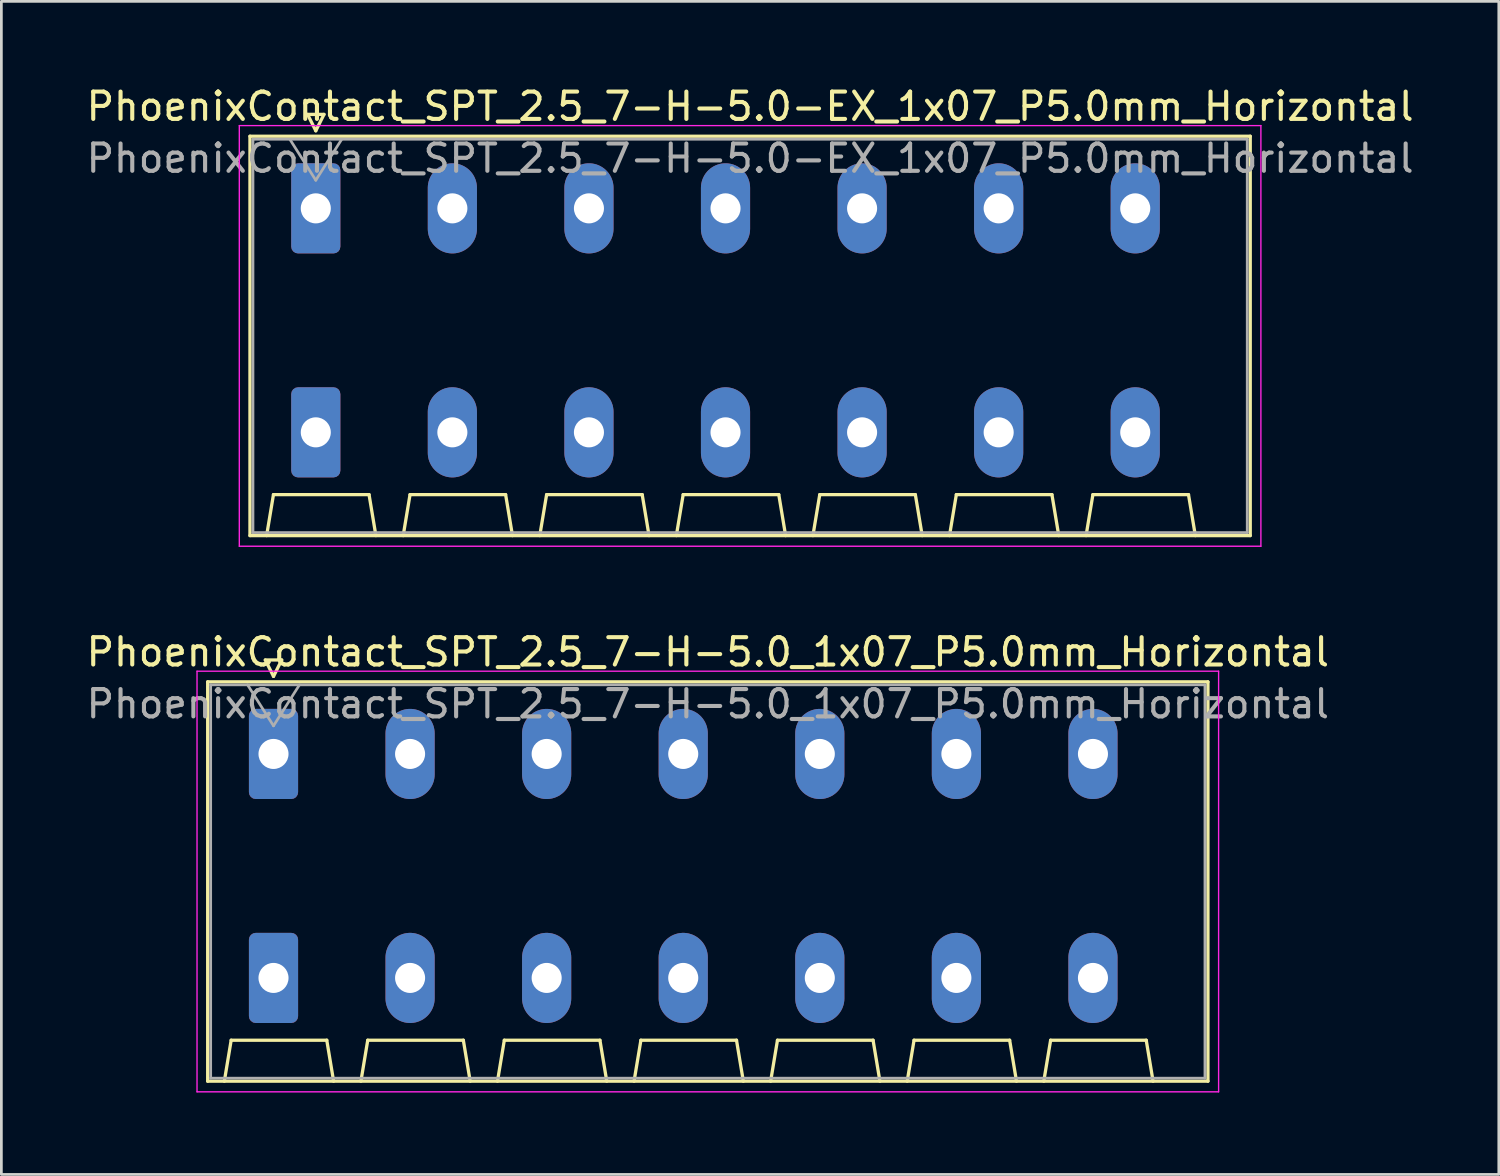
<source format=kicad_pcb>
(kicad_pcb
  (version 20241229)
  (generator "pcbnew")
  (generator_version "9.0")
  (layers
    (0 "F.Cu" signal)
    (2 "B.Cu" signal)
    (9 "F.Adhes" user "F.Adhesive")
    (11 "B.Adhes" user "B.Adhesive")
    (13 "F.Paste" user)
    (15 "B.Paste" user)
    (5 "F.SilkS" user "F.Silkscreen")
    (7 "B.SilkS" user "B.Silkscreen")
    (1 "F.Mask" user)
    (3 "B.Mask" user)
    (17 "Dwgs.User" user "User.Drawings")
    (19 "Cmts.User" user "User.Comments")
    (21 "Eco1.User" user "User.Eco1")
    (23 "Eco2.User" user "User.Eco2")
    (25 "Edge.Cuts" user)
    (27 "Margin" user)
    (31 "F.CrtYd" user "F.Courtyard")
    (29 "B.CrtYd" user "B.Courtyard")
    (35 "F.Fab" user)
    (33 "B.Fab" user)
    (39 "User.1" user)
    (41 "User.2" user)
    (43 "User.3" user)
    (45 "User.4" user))
  (footprint "PhoenixContact_SPT_2.5_7-H-5.0_1x07_P5.0mm_Horizontal"
    (layer "F.Cu")
    (at 6.963 24.552)
    (property "Reference" "PhoenixContact_SPT_2.5_7-H-5.0_1x07_P5.0mm_Horizontal" (at 15.9 -3.73 0) (layer "F.SilkS") (effects (font (size 1 1) (thickness 0.15))))
    (attr through_hole)
    (fp_line (start -2.41 -2.64) (end 34.21 -2.64) (stroke (width 0.12) (type solid)) (layer "F.SilkS"))
    (fp_line (start -2.41 11.98) (end -2.41 -2.64) (stroke (width 0.12) (type solid)) (layer "F.SilkS"))
    (fp_line (start -1.8 11.98) (end -1.55 10.48) (stroke (width 0.12) (type solid)) (layer "F.SilkS"))
    (fp_line (start -1.55 10.48) (end 1.95 10.48) (stroke (width 0.12) (type solid)) (layer "F.SilkS"))
    (fp_line (start -0.3 -3.44) (end 0 -2.84) (stroke (width 0.12) (type solid)) (layer "F.SilkS"))
    (fp_line (start -0.3 -3.44) (end 0.3 -3.44) (stroke (width 0.12) (type solid)) (layer "F.SilkS"))
    (fp_line (start 0.3 -3.44) (end 0 -2.84) (stroke (width 0.12) (type solid)) (layer "F.SilkS"))
    (fp_line (start 2.2 11.98) (end 1.95 10.48) (stroke (width 0.12) (type solid)) (layer "F.SilkS"))
    (fp_line (start 3.2 11.98) (end 3.45 10.48) (stroke (width 0.12) (type solid)) (layer "F.SilkS"))
    (fp_line (start 3.45 10.48) (end 6.95 10.48) (stroke (width 0.12) (type solid)) (layer "F.SilkS"))
    (fp_line (start 7.2 11.98) (end 6.95 10.48) (stroke (width 0.12) (type solid)) (layer "F.SilkS"))
    (fp_line (start 8.2 11.98) (end 8.45 10.48) (stroke (width 0.12) (type solid)) (layer "F.SilkS"))
    (fp_line (start 8.45 10.48) (end 11.95 10.48) (stroke (width 0.12) (type solid)) (layer "F.SilkS"))
    (fp_line (start 12.2 11.98) (end 11.95 10.48) (stroke (width 0.12) (type solid)) (layer "F.SilkS"))
    (fp_line (start 13.2 11.98) (end 13.45 10.48) (stroke (width 0.12) (type solid)) (layer "F.SilkS"))
    (fp_line (start 13.45 10.48) (end 16.95 10.48) (stroke (width 0.12) (type solid)) (layer "F.SilkS"))
    (fp_line (start 17.2 11.98) (end 16.95 10.48) (stroke (width 0.12) (type solid)) (layer "F.SilkS"))
    (fp_line (start 18.2 11.98) (end 18.45 10.48) (stroke (width 0.12) (type solid)) (layer "F.SilkS"))
    (fp_line (start 18.45 10.48) (end 21.95 10.48) (stroke (width 0.12) (type solid)) (layer "F.SilkS"))
    (fp_line (start 22.2 11.98) (end 21.95 10.48) (stroke (width 0.12) (type solid)) (layer "F.SilkS"))
    (fp_line (start 23.2 11.98) (end 23.45 10.48) (stroke (width 0.12) (type solid)) (layer "F.SilkS"))
    (fp_line (start 23.45 10.48) (end 26.95 10.48) (stroke (width 0.12) (type solid)) (layer "F.SilkS"))
    (fp_line (start 27.2 11.98) (end 26.95 10.48) (stroke (width 0.12) (type solid)) (layer "F.SilkS"))
    (fp_line (start 28.2 11.98) (end 28.45 10.48) (stroke (width 0.12) (type solid)) (layer "F.SilkS"))
    (fp_line (start 28.45 10.48) (end 31.95 10.48) (stroke (width 0.12) (type solid)) (layer "F.SilkS"))
    (fp_line (start 32.2 11.98) (end 31.95 10.48) (stroke (width 0.12) (type solid)) (layer "F.SilkS"))
    (fp_line (start 34.21 -2.64) (end 34.21 11.98) (stroke (width 0.12) (type solid)) (layer "F.SilkS"))
    (fp_line (start 34.21 11.98) (end -2.41 11.98) (stroke (width 0.12) (type solid)) (layer "F.SilkS"))
    (fp_line (start -2.8 -3.03) (end -2.8 12.37) (stroke (width 0.05) (type solid)) (layer "F.CrtYd"))
    (fp_line (start -2.8 12.37) (end 34.6 12.37) (stroke (width 0.05) (type solid)) (layer "F.CrtYd"))
    (fp_line (start 34.6 -3.03) (end -2.8 -3.03) (stroke (width 0.05) (type solid)) (layer "F.CrtYd"))
    (fp_line (start 34.6 12.37) (end 34.6 -3.03) (stroke (width 0.05) (type solid)) (layer "F.CrtYd"))
    (fp_line (start -2.3 -2.53) (end -2.3 11.87) (stroke (width 0.1) (type solid)) (layer "F.Fab"))
    (fp_line (start -2.3 11.87) (end 34.1 11.87) (stroke (width 0.1) (type solid)) (layer "F.Fab"))
    (fp_line (start -0.95 -2.53) (end 0 -1.03) (stroke (width 0.1) (type solid)) (layer "F.Fab"))
    (fp_line (start 0.95 -2.53) (end 0 -1.03) (stroke (width 0.1) (type solid)) (layer "F.Fab"))
    (fp_line (start 34.1 -2.53) (end -2.3 -2.53) (stroke (width 0.1) (type solid)) (layer "F.Fab"))
    (fp_line (start 34.1 11.87) (end 34.1 -2.53) (stroke (width 0.1) (type solid)) (layer "F.Fab"))
    (fp_text user "${REFERENCE}" (at 15.9 -1.83 0) (layer "F.Fab") (effects (font (size 1 1) (thickness 0.15))))
    (pad "1" thru_hole roundrect (at 0 0) (size 1.8 3.3) (drill 1.1) (layers "*.Cu" "*.Mask") (roundrect_rratio 0.139))
    (pad "1" thru_hole roundrect (at 0 8.2) (size 1.8 3.3) (drill 1.1) (layers "*.Cu" "*.Mask") (roundrect_rratio 0.139))
    (pad "2" thru_hole oval (at 5 0) (size 1.8 3.3) (drill 1.1) (layers "*.Cu" "*.Mask"))
    (pad "2" thru_hole oval (at 5 8.2) (size 1.8 3.3) (drill 1.1) (layers "*.Cu" "*.Mask"))
    (pad "3" thru_hole oval (at 10 0) (size 1.8 3.3) (drill 1.1) (layers "*.Cu" "*.Mask"))
    (pad "3" thru_hole oval (at 10 8.2) (size 1.8 3.3) (drill 1.1) (layers "*.Cu" "*.Mask"))
    (pad "4" thru_hole oval (at 15 0) (size 1.8 3.3) (drill 1.1) (layers "*.Cu" "*.Mask"))
    (pad "4" thru_hole oval (at 15 8.2) (size 1.8 3.3) (drill 1.1) (layers "*.Cu" "*.Mask"))
    (pad "5" thru_hole oval (at 20 0) (size 1.8 3.3) (drill 1.1) (layers "*.Cu" "*.Mask"))
    (pad "5" thru_hole oval (at 20 8.2) (size 1.8 3.3) (drill 1.1) (layers "*.Cu" "*.Mask"))
    (pad "6" thru_hole oval (at 25 0) (size 1.8 3.3) (drill 1.1) (layers "*.Cu" "*.Mask"))
    (pad "6" thru_hole oval (at 25 8.2) (size 1.8 3.3) (drill 1.1) (layers "*.Cu" "*.Mask"))
    (pad "7" thru_hole oval (at 30 0) (size 1.8 3.3) (drill 1.1) (layers "*.Cu" "*.Mask"))
    (pad "7" thru_hole oval (at 30 8.2) (size 1.8 3.3) (drill 1.1) (layers "*.Cu" "*.Mask")))
  (footprint "PhoenixContact_SPT_2.5_7-H-5.0-EX_1x07_P5.0mm_Horizontal"
    (layer "F.Cu")
    (at 8.511 4.578)
    (property "Reference" "PhoenixContact_SPT_2.5_7-H-5.0-EX_1x07_P5.0mm_Horizontal" (at 15.9 -3.73 0) (layer "F.SilkS") (effects (font (size 1 1) (thickness 0.15))))
    (attr through_hole)
    (fp_line (start -2.41 -2.64) (end 34.21 -2.64) (stroke (width 0.12) (type solid)) (layer "F.SilkS"))
    (fp_line (start -2.41 11.98) (end -2.41 -2.64) (stroke (width 0.12) (type solid)) (layer "F.SilkS"))
    (fp_line (start -1.8 11.98) (end -1.55 10.48) (stroke (width 0.12) (type solid)) (layer "F.SilkS"))
    (fp_line (start -1.55 10.48) (end 1.95 10.48) (stroke (width 0.12) (type solid)) (layer "F.SilkS"))
    (fp_line (start -0.3 -3.44) (end 0 -2.84) (stroke (width 0.12) (type solid)) (layer "F.SilkS"))
    (fp_line (start -0.3 -3.44) (end 0.3 -3.44) (stroke (width 0.12) (type solid)) (layer "F.SilkS"))
    (fp_line (start 0.3 -3.44) (end 0 -2.84) (stroke (width 0.12) (type solid)) (layer "F.SilkS"))
    (fp_line (start 2.2 11.98) (end 1.95 10.48) (stroke (width 0.12) (type solid)) (layer "F.SilkS"))
    (fp_line (start 3.2 11.98) (end 3.45 10.48) (stroke (width 0.12) (type solid)) (layer "F.SilkS"))
    (fp_line (start 3.45 10.48) (end 6.95 10.48) (stroke (width 0.12) (type solid)) (layer "F.SilkS"))
    (fp_line (start 7.2 11.98) (end 6.95 10.48) (stroke (width 0.12) (type solid)) (layer "F.SilkS"))
    (fp_line (start 8.2 11.98) (end 8.45 10.48) (stroke (width 0.12) (type solid)) (layer "F.SilkS"))
    (fp_line (start 8.45 10.48) (end 11.95 10.48) (stroke (width 0.12) (type solid)) (layer "F.SilkS"))
    (fp_line (start 12.2 11.98) (end 11.95 10.48) (stroke (width 0.12) (type solid)) (layer "F.SilkS"))
    (fp_line (start 13.2 11.98) (end 13.45 10.48) (stroke (width 0.12) (type solid)) (layer "F.SilkS"))
    (fp_line (start 13.45 10.48) (end 16.95 10.48) (stroke (width 0.12) (type solid)) (layer "F.SilkS"))
    (fp_line (start 17.2 11.98) (end 16.95 10.48) (stroke (width 0.12) (type solid)) (layer "F.SilkS"))
    (fp_line (start 18.2 11.98) (end 18.45 10.48) (stroke (width 0.12) (type solid)) (layer "F.SilkS"))
    (fp_line (start 18.45 10.48) (end 21.95 10.48) (stroke (width 0.12) (type solid)) (layer "F.SilkS"))
    (fp_line (start 22.2 11.98) (end 21.95 10.48) (stroke (width 0.12) (type solid)) (layer "F.SilkS"))
    (fp_line (start 23.2 11.98) (end 23.45 10.48) (stroke (width 0.12) (type solid)) (layer "F.SilkS"))
    (fp_line (start 23.45 10.48) (end 26.95 10.48) (stroke (width 0.12) (type solid)) (layer "F.SilkS"))
    (fp_line (start 27.2 11.98) (end 26.95 10.48) (stroke (width 0.12) (type solid)) (layer "F.SilkS"))
    (fp_line (start 28.2 11.98) (end 28.45 10.48) (stroke (width 0.12) (type solid)) (layer "F.SilkS"))
    (fp_line (start 28.45 10.48) (end 31.95 10.48) (stroke (width 0.12) (type solid)) (layer "F.SilkS"))
    (fp_line (start 32.2 11.98) (end 31.95 10.48) (stroke (width 0.12) (type solid)) (layer "F.SilkS"))
    (fp_line (start 34.21 -2.64) (end 34.21 11.98) (stroke (width 0.12) (type solid)) (layer "F.SilkS"))
    (fp_line (start 34.21 11.98) (end -2.41 11.98) (stroke (width 0.12) (type solid)) (layer "F.SilkS"))
    (fp_line (start -2.8 -3.03) (end -2.8 12.37) (stroke (width 0.05) (type solid)) (layer "F.CrtYd"))
    (fp_line (start -2.8 12.37) (end 34.6 12.37) (stroke (width 0.05) (type solid)) (layer "F.CrtYd"))
    (fp_line (start 34.6 -3.03) (end -2.8 -3.03) (stroke (width 0.05) (type solid)) (layer "F.CrtYd"))
    (fp_line (start 34.6 12.37) (end 34.6 -3.03) (stroke (width 0.05) (type solid)) (layer "F.CrtYd"))
    (fp_line (start -2.3 -2.53) (end -2.3 11.87) (stroke (width 0.1) (type solid)) (layer "F.Fab"))
    (fp_line (start -2.3 11.87) (end 34.1 11.87) (stroke (width 0.1) (type solid)) (layer "F.Fab"))
    (fp_line (start -0.95 -2.53) (end 0 -1.03) (stroke (width 0.1) (type solid)) (layer "F.Fab"))
    (fp_line (start 0.95 -2.53) (end 0 -1.03) (stroke (width 0.1) (type solid)) (layer "F.Fab"))
    (fp_line (start 34.1 -2.53) (end -2.3 -2.53) (stroke (width 0.1) (type solid)) (layer "F.Fab"))
    (fp_line (start 34.1 11.87) (end 34.1 -2.53) (stroke (width 0.1) (type solid)) (layer "F.Fab"))
    (fp_text user "${REFERENCE}" (at 15.9 -1.83 0) (layer "F.Fab") (effects (font (size 1 1) (thickness 0.15))))
    (pad "1" thru_hole roundrect (at 0 0) (size 1.8 3.3) (drill 1.1) (layers "*.Cu" "*.Mask") (roundrect_rratio 0.139))
    (pad "1" thru_hole roundrect (at 0 8.2) (size 1.8 3.3) (drill 1.1) (layers "*.Cu" "*.Mask") (roundrect_rratio 0.139))
    (pad "2" thru_hole oval (at 5 0) (size 1.8 3.3) (drill 1.1) (layers "*.Cu" "*.Mask"))
    (pad "2" thru_hole oval (at 5 8.2) (size 1.8 3.3) (drill 1.1) (layers "*.Cu" "*.Mask"))
    (pad "3" thru_hole oval (at 10 0) (size 1.8 3.3) (drill 1.1) (layers "*.Cu" "*.Mask"))
    (pad "3" thru_hole oval (at 10 8.2) (size 1.8 3.3) (drill 1.1) (layers "*.Cu" "*.Mask"))
    (pad "4" thru_hole oval (at 15 0) (size 1.8 3.3) (drill 1.1) (layers "*.Cu" "*.Mask"))
    (pad "4" thru_hole oval (at 15 8.2) (size 1.8 3.3) (drill 1.1) (layers "*.Cu" "*.Mask"))
    (pad "5" thru_hole oval (at 20 0) (size 1.8 3.3) (drill 1.1) (layers "*.Cu" "*.Mask"))
    (pad "5" thru_hole oval (at 20 8.2) (size 1.8 3.3) (drill 1.1) (layers "*.Cu" "*.Mask"))
    (pad "6" thru_hole oval (at 25 0) (size 1.8 3.3) (drill 1.1) (layers "*.Cu" "*.Mask"))
    (pad "6" thru_hole oval (at 25 8.2) (size 1.8 3.3) (drill 1.1) (layers "*.Cu" "*.Mask"))
    (pad "7" thru_hole oval (at 30 0) (size 1.8 3.3) (drill 1.1) (layers "*.Cu" "*.Mask"))
    (pad "7" thru_hole oval (at 30 8.2) (size 1.8 3.3) (drill 1.1) (layers "*.Cu" "*.Mask")))
  (gr_rect
    (start -3 -3)
    (end 51.821 39.947)
    (stroke (width 0.1) (type default))
    (fill no)
    (layer "Edge.Cuts")))
</source>
